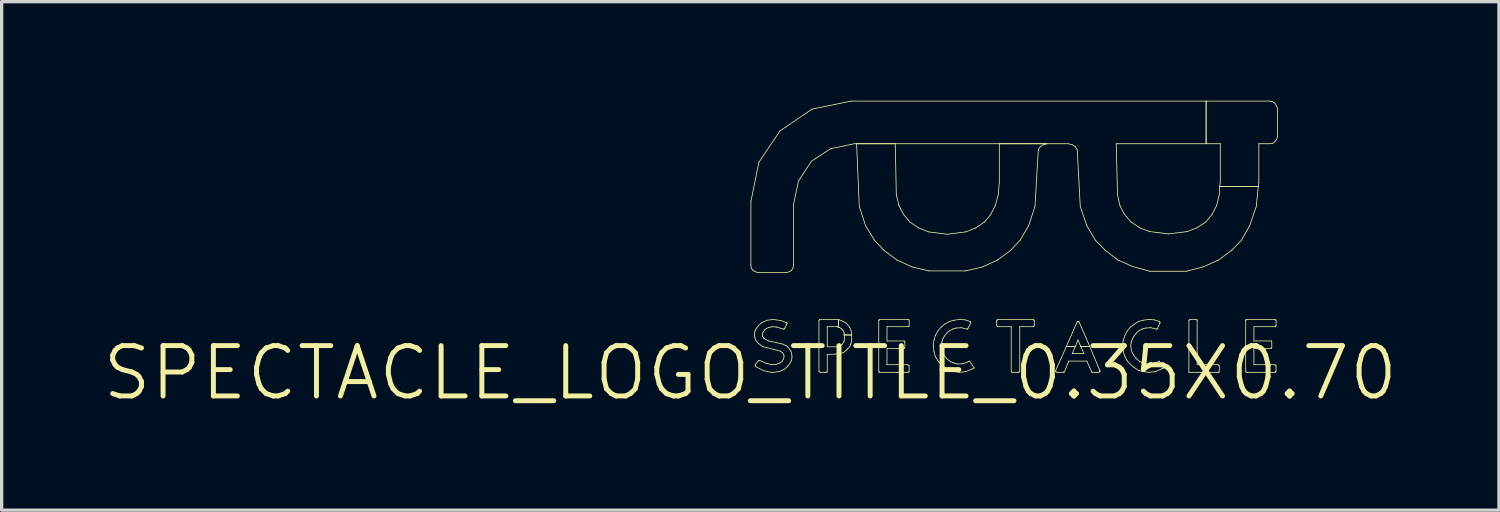
<source format=kicad_pcb>
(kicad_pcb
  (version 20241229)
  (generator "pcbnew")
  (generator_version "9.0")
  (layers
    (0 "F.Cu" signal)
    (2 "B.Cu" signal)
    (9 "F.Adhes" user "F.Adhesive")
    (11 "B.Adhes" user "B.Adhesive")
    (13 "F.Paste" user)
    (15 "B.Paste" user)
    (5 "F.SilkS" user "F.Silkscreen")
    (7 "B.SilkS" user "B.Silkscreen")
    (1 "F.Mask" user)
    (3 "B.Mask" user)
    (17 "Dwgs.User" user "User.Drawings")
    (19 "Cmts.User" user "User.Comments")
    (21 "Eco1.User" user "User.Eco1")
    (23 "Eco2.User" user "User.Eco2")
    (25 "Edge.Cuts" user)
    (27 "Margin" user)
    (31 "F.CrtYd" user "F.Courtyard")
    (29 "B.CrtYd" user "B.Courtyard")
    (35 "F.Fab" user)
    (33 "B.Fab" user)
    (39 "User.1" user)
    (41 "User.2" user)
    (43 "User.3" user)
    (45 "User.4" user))
  (footprint "SPECTACLE_LOGO_TITLE_0.35X0.70"
    (layer "F.Cu")
    (at 19.667 8.241)
    (property "Reference" "SPECTACLE_LOGO_TITLE_0.35X0.70" (at 0 0 0) (layer "F.SilkS") (effects (font (size 1.524 1.524) (thickness 0.15))))
    (attr exclude_from_pos_files exclude_from_bom)
    (fp_line (start 0.018 -5.189) (end 0.018 -3.259) (stroke (width 0.023) (type solid)) (layer "F.SilkS"))
    (fp_line (start 0.018 -3.259) (end 0.028 -3.17) (stroke (width 0.023) (type solid)) (layer "F.SilkS"))
    (fp_line (start 0.028 -3.17) (end 0.079 -3.109) (stroke (width 0.023) (type solid)) (layer "F.SilkS"))
    (fp_line (start 0.079 -3.109) (end 0.14 -3.068) (stroke (width 0.023) (type solid)) (layer "F.SilkS"))
    (fp_line (start 0.13 -1.199) (end 0.13 -1.138) (stroke (width 0.023) (type solid)) (layer "F.SilkS"))
    (fp_line (start 0.13 -1.138) (end 0.14 -1.069) (stroke (width 0.023) (type solid)) (layer "F.SilkS"))
    (fp_line (start 0.14 -3.068) (end 0.229 -3.038) (stroke (width 0.023) (type solid)) (layer "F.SilkS"))
    (fp_line (start 0.14 -1.26) (end 0.13 -1.199) (stroke (width 0.023) (type solid)) (layer "F.SilkS"))
    (fp_line (start 0.14 -1.069) (end 0.157 -1.008) (stroke (width 0.023) (type solid)) (layer "F.SilkS"))
    (fp_line (start 0.15 -0.239) (end 0.15 -0.218) (stroke (width 0.023) (type solid)) (layer "F.SilkS"))
    (fp_line (start 0.15 -0.218) (end 0.157 -0.198) (stroke (width 0.023) (type solid)) (layer "F.SilkS"))
    (fp_line (start 0.157 -1.008) (end 0.198 -0.95) (stroke (width 0.023) (type solid)) (layer "F.SilkS"))
    (fp_line (start 0.157 -0.259) (end 0.15 -0.239) (stroke (width 0.023) (type solid)) (layer "F.SilkS"))
    (fp_line (start 0.157 -0.198) (end 0.168 -0.188) (stroke (width 0.023) (type solid)) (layer "F.SilkS"))
    (fp_line (start 0.168 -1.328) (end 0.14 -1.26) (stroke (width 0.023) (type solid)) (layer "F.SilkS"))
    (fp_line (start 0.168 -0.188) (end 0.399 -0.069) (stroke (width 0.023) (type solid)) (layer "F.SilkS"))
    (fp_line (start 0.198 -0.95) (end 0.249 -0.889) (stroke (width 0.023) (type solid)) (layer "F.SilkS"))
    (fp_line (start 0.229 -3.038) (end 1.1 -3.038) (stroke (width 0.023) (type solid)) (layer "F.SilkS"))
    (fp_line (start 0.249 -1.438) (end 0.168 -1.328) (stroke (width 0.023) (type solid)) (layer "F.SilkS"))
    (fp_line (start 0.249 -0.889) (end 0.378 -0.798) (stroke (width 0.023) (type solid)) (layer "F.SilkS"))
    (fp_line (start 0.249 -0.368) (end 0.157 -0.259) (stroke (width 0.023) (type solid)) (layer "F.SilkS"))
    (fp_line (start 0.259 -6.378) (end 0.018 -5.189) (stroke (width 0.023) (type solid)) (layer "F.SilkS"))
    (fp_line (start 0.259 -0.378) (end 0.249 -0.368) (stroke (width 0.023) (type solid)) (layer "F.SilkS"))
    (fp_line (start 0.29 -0.378) (end 0.259 -0.378) (stroke (width 0.023) (type solid)) (layer "F.SilkS"))
    (fp_line (start 0.358 -1.529) (end 0.249 -1.438) (stroke (width 0.023) (type solid)) (layer "F.SilkS"))
    (fp_line (start 0.368 -1.179) (end 0.389 -1.24) (stroke (width 0.023) (type solid)) (layer "F.SilkS"))
    (fp_line (start 0.368 -1.118) (end 0.368 -1.179) (stroke (width 0.023) (type solid)) (layer "F.SilkS"))
    (fp_line (start 0.378 -0.798) (end 0.909 -0.658) (stroke (width 0.023) (type solid)) (layer "F.SilkS"))
    (fp_line (start 0.389 -1.24) (end 0.429 -1.298) (stroke (width 0.023) (type solid)) (layer "F.SilkS"))
    (fp_line (start 0.399 -1.059) (end 0.368 -1.118) (stroke (width 0.023) (type solid)) (layer "F.SilkS"))
    (fp_line (start 0.399 -0.069) (end 0.63 -0.018) (stroke (width 0.023) (type solid)) (layer "F.SilkS"))
    (fp_line (start 0.429 -1.298) (end 0.488 -1.349) (stroke (width 0.023) (type solid)) (layer "F.SilkS"))
    (fp_line (start 0.47 -1.008) (end 0.399 -1.059) (stroke (width 0.023) (type solid)) (layer "F.SilkS"))
    (fp_line (start 0.478 -0.29) (end 0.29 -0.378) (stroke (width 0.023) (type solid)) (layer "F.SilkS"))
    (fp_line (start 0.488 -1.349) (end 0.549 -1.369) (stroke (width 0.023) (type solid)) (layer "F.SilkS"))
    (fp_line (start 0.518 -1.598) (end 0.358 -1.529) (stroke (width 0.023) (type solid)) (layer "F.SilkS"))
    (fp_line (start 0.549 -1.369) (end 0.668 -1.4) (stroke (width 0.023) (type solid)) (layer "F.SilkS"))
    (fp_line (start 0.559 -0.968) (end 0.47 -1.008) (stroke (width 0.023) (type solid)) (layer "F.SilkS"))
    (fp_line (start 0.63 -0.018) (end 0.688 -0.018) (stroke (width 0.023) (type solid)) (layer "F.SilkS"))
    (fp_line (start 0.648 -0.249) (end 0.478 -0.29) (stroke (width 0.023) (type solid)) (layer "F.SilkS"))
    (fp_line (start 0.668 -1.4) (end 0.798 -1.389) (stroke (width 0.023) (type solid)) (layer "F.SilkS"))
    (fp_line (start 0.688 -0.018) (end 0.869 -0.038) (stroke (width 0.023) (type solid)) (layer "F.SilkS"))
    (fp_line (start 0.699 -1.618) (end 0.518 -1.598) (stroke (width 0.023) (type solid)) (layer "F.SilkS"))
    (fp_line (start 0.78 -0.259) (end 0.648 -0.249) (stroke (width 0.023) (type solid)) (layer "F.SilkS"))
    (fp_line (start 0.798 -1.389) (end 0.998 -1.328) (stroke (width 0.023) (type solid)) (layer "F.SilkS"))
    (fp_line (start 0.838 -0.279) (end 0.78 -0.259) (stroke (width 0.023) (type solid)) (layer "F.SilkS"))
    (fp_line (start 0.869 -0.038) (end 1.029 -0.109) (stroke (width 0.023) (type solid)) (layer "F.SilkS"))
    (fp_line (start 0.899 -7.328) (end 0.259 -6.378) (stroke (width 0.023) (type solid)) (layer "F.SilkS"))
    (fp_line (start 0.899 -0.3) (end 0.838 -0.279) (stroke (width 0.023) (type solid)) (layer "F.SilkS"))
    (fp_line (start 0.909 -0.658) (end 0.978 -0.61) (stroke (width 0.023) (type solid)) (layer "F.SilkS"))
    (fp_line (start 0.919 -1.587) (end 0.699 -1.618) (stroke (width 0.023) (type solid)) (layer "F.SilkS"))
    (fp_line (start 0.958 -0.348) (end 0.899 -0.3) (stroke (width 0.023) (type solid)) (layer "F.SilkS"))
    (fp_line (start 0.978 -0.61) (end 1.019 -0.538) (stroke (width 0.023) (type solid)) (layer "F.SilkS"))
    (fp_line (start 0.998 -1.328) (end 1.019 -1.328) (stroke (width 0.023) (type solid)) (layer "F.SilkS"))
    (fp_line (start 0.998 -0.869) (end 0.559 -0.968) (stroke (width 0.023) (type solid)) (layer "F.SilkS"))
    (fp_line (start 0.998 -0.409) (end 0.958 -0.348) (stroke (width 0.023) (type solid)) (layer "F.SilkS"))
    (fp_line (start 1.019 -1.328) (end 1.039 -1.339) (stroke (width 0.023) (type solid)) (layer "F.SilkS"))
    (fp_line (start 1.019 -0.538) (end 1.019 -0.478) (stroke (width 0.023) (type solid)) (layer "F.SilkS"))
    (fp_line (start 1.019 -0.478) (end 0.998 -0.409) (stroke (width 0.023) (type solid)) (layer "F.SilkS"))
    (fp_line (start 1.029 -0.109) (end 1.138 -0.208) (stroke (width 0.023) (type solid)) (layer "F.SilkS"))
    (fp_line (start 1.039 -1.339) (end 1.049 -1.359) (stroke (width 0.023) (type solid)) (layer "F.SilkS"))
    (fp_line (start 1.049 -1.359) (end 1.1 -1.468) (stroke (width 0.023) (type solid)) (layer "F.SilkS"))
    (fp_line (start 1.079 -1.529) (end 0.919 -1.587) (stroke (width 0.023) (type solid)) (layer "F.SilkS"))
    (fp_line (start 1.079 -0.828) (end 0.998 -0.869) (stroke (width 0.023) (type solid)) (layer "F.SilkS"))
    (fp_line (start 1.1 -3.038) (end 1.189 -3.068) (stroke (width 0.023) (type solid)) (layer "F.SilkS"))
    (fp_line (start 1.1 -1.519) (end 1.079 -1.529) (stroke (width 0.023) (type solid)) (layer "F.SilkS"))
    (fp_line (start 1.1 -1.468) (end 1.11 -1.488) (stroke (width 0.023) (type solid)) (layer "F.SilkS"))
    (fp_line (start 1.11 -1.509) (end 1.1 -1.519) (stroke (width 0.023) (type solid)) (layer "F.SilkS"))
    (fp_line (start 1.11 -1.488) (end 1.11 -1.509) (stroke (width 0.023) (type solid)) (layer "F.SilkS"))
    (fp_line (start 1.138 -0.78) (end 1.079 -0.828) (stroke (width 0.023) (type solid)) (layer "F.SilkS"))
    (fp_line (start 1.138 -0.208) (end 1.219 -0.318) (stroke (width 0.023) (type solid)) (layer "F.SilkS"))
    (fp_line (start 1.189 -3.068) (end 1.25 -3.109) (stroke (width 0.023) (type solid)) (layer "F.SilkS"))
    (fp_line (start 1.189 -0.719) (end 1.138 -0.78) (stroke (width 0.023) (type solid)) (layer "F.SilkS"))
    (fp_line (start 1.219 -0.318) (end 1.25 -0.389) (stroke (width 0.023) (type solid)) (layer "F.SilkS"))
    (fp_line (start 1.229 -0.658) (end 1.189 -0.719) (stroke (width 0.023) (type solid)) (layer "F.SilkS"))
    (fp_line (start 1.25 -3.109) (end 1.288 -3.17) (stroke (width 0.023) (type solid)) (layer "F.SilkS"))
    (fp_line (start 1.25 -0.589) (end 1.229 -0.658) (stroke (width 0.023) (type solid)) (layer "F.SilkS"))
    (fp_line (start 1.25 -0.389) (end 1.26 -0.46) (stroke (width 0.023) (type solid)) (layer "F.SilkS"))
    (fp_line (start 1.26 -0.528) (end 1.25 -0.589) (stroke (width 0.023) (type solid)) (layer "F.SilkS"))
    (fp_line (start 1.26 -0.46) (end 1.26 -0.528) (stroke (width 0.023) (type solid)) (layer "F.SilkS"))
    (fp_line (start 1.288 -3.17) (end 1.308 -3.259) (stroke (width 0.023) (type solid)) (layer "F.SilkS"))
    (fp_line (start 1.308 -5.098) (end 1.458 -5.809) (stroke (width 0.023) (type solid)) (layer "F.SilkS"))
    (fp_line (start 1.308 -3.259) (end 1.308 -5.098) (stroke (width 0.023) (type solid)) (layer "F.SilkS"))
    (fp_line (start 1.458 -5.809) (end 1.849 -6.408) (stroke (width 0.023) (type solid)) (layer "F.SilkS"))
    (fp_line (start 1.849 -6.408) (end 2.428 -6.789) (stroke (width 0.023) (type solid)) (layer "F.SilkS"))
    (fp_line (start 1.869 -7.988) (end 0.899 -7.328) (stroke (width 0.023) (type solid)) (layer "F.SilkS"))
    (fp_line (start 2.078 -1.587) (end 2.078 -0.048) (stroke (width 0.023) (type solid)) (layer "F.SilkS"))
    (fp_line (start 2.078 -0.048) (end 2.098 -0.028) (stroke (width 0.023) (type solid)) (layer "F.SilkS"))
    (fp_line (start 2.098 -1.618) (end 2.098 -1.608) (stroke (width 0.023) (type solid)) (layer "F.SilkS"))
    (fp_line (start 2.098 -1.608) (end 2.078 -1.587) (stroke (width 0.023) (type solid)) (layer "F.SilkS"))
    (fp_line (start 2.098 -0.028) (end 2.129 -0.018) (stroke (width 0.023) (type solid)) (layer "F.SilkS"))
    (fp_line (start 2.129 -0.018) (end 2.289 -0.018) (stroke (width 0.023) (type solid)) (layer "F.SilkS"))
    (fp_line (start 2.289 -0.018) (end 2.309 -0.028) (stroke (width 0.023) (type solid)) (layer "F.SilkS"))
    (fp_line (start 2.309 -0.028) (end 2.329 -0.028) (stroke (width 0.023) (type solid)) (layer "F.SilkS"))
    (fp_line (start 2.329 -1.4) (end 2.629 -1.4) (stroke (width 0.023) (type solid)) (layer "F.SilkS"))
    (fp_line (start 2.329 -0.79) (end 2.329 -1.4) (stroke (width 0.023) (type solid)) (layer "F.SilkS"))
    (fp_line (start 2.329 -0.559) (end 2.69 -0.579) (stroke (width 0.023) (type solid)) (layer "F.SilkS"))
    (fp_line (start 2.329 -0.028) (end 2.329 -0.559) (stroke (width 0.023) (type solid)) (layer "F.SilkS"))
    (fp_line (start 2.428 -6.789) (end 3.15 -6.939) (stroke (width 0.023) (type solid)) (layer "F.SilkS"))
    (fp_line (start 2.548 -1.618) (end 2.098 -1.618) (stroke (width 0.023) (type solid)) (layer "F.SilkS"))
    (fp_line (start 2.629 -1.4) (end 2.67 -1.379) (stroke (width 0.023) (type solid)) (layer "F.SilkS"))
    (fp_line (start 2.629 -0.79) (end 2.329 -0.79) (stroke (width 0.023) (type solid)) (layer "F.SilkS"))
    (fp_line (start 2.67 -1.608) (end 2.548 -1.618) (stroke (width 0.023) (type solid)) (layer "F.SilkS"))
    (fp_line (start 2.67 -1.608) (end 2.67 -1.379) (stroke (width 0.023) (type solid)) (layer "F.SilkS"))
    (fp_line (start 2.67 -1.379) (end 2.67 -1.608) (stroke (width 0.023) (type solid)) (layer "F.SilkS"))
    (fp_line (start 2.67 -1.379) (end 2.69 -1.379) (stroke (width 0.023) (type solid)) (layer "F.SilkS"))
    (fp_line (start 2.69 -1.608) (end 2.67 -1.608) (stroke (width 0.023) (type solid)) (layer "F.SilkS"))
    (fp_line (start 2.69 -1.379) (end 2.748 -1.349) (stroke (width 0.023) (type solid)) (layer "F.SilkS"))
    (fp_line (start 2.69 -0.798) (end 2.629 -0.79) (stroke (width 0.023) (type solid)) (layer "F.SilkS"))
    (fp_line (start 2.69 -0.579) (end 2.809 -0.61) (stroke (width 0.023) (type solid)) (layer "F.SilkS"))
    (fp_line (start 2.748 -1.349) (end 2.779 -1.308) (stroke (width 0.023) (type solid)) (layer "F.SilkS"))
    (fp_line (start 2.748 -0.828) (end 2.69 -0.798) (stroke (width 0.023) (type solid)) (layer "F.SilkS"))
    (fp_line (start 2.779 -1.308) (end 2.83 -1.26) (stroke (width 0.023) (type solid)) (layer "F.SilkS"))
    (fp_line (start 2.779 -0.869) (end 2.748 -0.828) (stroke (width 0.023) (type solid)) (layer "F.SilkS"))
    (fp_line (start 2.809 -1.56) (end 2.69 -1.608) (stroke (width 0.023) (type solid)) (layer "F.SilkS"))
    (fp_line (start 2.809 -0.61) (end 2.888 -0.668) (stroke (width 0.023) (type solid)) (layer "F.SilkS"))
    (fp_line (start 2.83 -1.26) (end 2.84 -1.199) (stroke (width 0.023) (type solid)) (layer "F.SilkS"))
    (fp_line (start 2.83 -0.93) (end 2.779 -0.869) (stroke (width 0.023) (type solid)) (layer "F.SilkS"))
    (fp_line (start 2.84 -1.199) (end 2.84 -1.148) (stroke (width 0.023) (type solid)) (layer "F.SilkS"))
    (fp_line (start 2.84 -1.148) (end 2.857 -1.09) (stroke (width 0.023) (type solid)) (layer "F.SilkS"))
    (fp_line (start 2.84 -1.148) (end 3.068 -1.148) (stroke (width 0.023) (type solid)) (layer "F.SilkS"))
    (fp_line (start 2.84 -0.988) (end 2.83 -0.93) (stroke (width 0.023) (type solid)) (layer "F.SilkS"))
    (fp_line (start 2.857 -1.09) (end 2.84 -0.988) (stroke (width 0.023) (type solid)) (layer "F.SilkS"))
    (fp_line (start 2.888 -1.519) (end 2.809 -1.56) (stroke (width 0.023) (type solid)) (layer "F.SilkS"))
    (fp_line (start 2.888 -0.668) (end 2.949 -0.729) (stroke (width 0.023) (type solid)) (layer "F.SilkS"))
    (fp_line (start 2.949 -1.458) (end 2.888 -1.519) (stroke (width 0.023) (type solid)) (layer "F.SilkS"))
    (fp_line (start 2.949 -0.729) (end 3.01 -0.798) (stroke (width 0.023) (type solid)) (layer "F.SilkS"))
    (fp_line (start 3.01 -1.379) (end 2.949 -1.458) (stroke (width 0.023) (type solid)) (layer "F.SilkS"))
    (fp_line (start 3.01 -0.798) (end 3.048 -0.879) (stroke (width 0.023) (type solid)) (layer "F.SilkS"))
    (fp_line (start 3.048 -8.23) (end 1.869 -7.988) (stroke (width 0.023) (type solid)) (layer "F.SilkS"))
    (fp_line (start 3.048 -1.288) (end 3.01 -1.379) (stroke (width 0.023) (type solid)) (layer "F.SilkS"))
    (fp_line (start 3.048 -0.879) (end 3.068 -0.988) (stroke (width 0.023) (type solid)) (layer "F.SilkS"))
    (fp_line (start 3.068 -1.199) (end 3.048 -1.288) (stroke (width 0.023) (type solid)) (layer "F.SilkS"))
    (fp_line (start 3.068 -1.148) (end 2.84 -1.148) (stroke (width 0.023) (type solid)) (layer "F.SilkS"))
    (fp_line (start 3.068 -1.148) (end 3.068 -1.199) (stroke (width 0.023) (type solid)) (layer "F.SilkS"))
    (fp_line (start 3.068 -0.988) (end 3.068 -1.148) (stroke (width 0.023) (type solid)) (layer "F.SilkS"))
    (fp_line (start 3.15 -6.939) (end 9.629 -6.939) (stroke (width 0.023) (type solid)) (layer "F.SilkS"))
    (fp_line (start 3.218 -6.939) (end 3.299 -5.039) (stroke (width 0.023) (type solid)) (layer "F.SilkS"))
    (fp_line (start 3.299 -5.039) (end 3.49 -4.458) (stroke (width 0.023) (type solid)) (layer "F.SilkS"))
    (fp_line (start 3.49 -4.458) (end 3.759 -4.018) (stroke (width 0.023) (type solid)) (layer "F.SilkS"))
    (fp_line (start 3.759 -4.018) (end 4.049 -3.708) (stroke (width 0.023) (type solid)) (layer "F.SilkS"))
    (fp_line (start 3.889 -1.58) (end 3.889 -0.058) (stroke (width 0.023) (type solid)) (layer "F.SilkS"))
    (fp_line (start 3.889 -0.058) (end 3.899 -0.048) (stroke (width 0.023) (type solid)) (layer "F.SilkS"))
    (fp_line (start 3.899 -1.608) (end 3.899 -1.598) (stroke (width 0.023) (type solid)) (layer "F.SilkS"))
    (fp_line (start 3.899 -1.598) (end 3.889 -1.58) (stroke (width 0.023) (type solid)) (layer "F.SilkS"))
    (fp_line (start 3.899 -0.048) (end 3.899 -0.028) (stroke (width 0.023) (type solid)) (layer "F.SilkS"))
    (fp_line (start 3.899 -0.028) (end 3.919 -0.018) (stroke (width 0.023) (type solid)) (layer "F.SilkS"))
    (fp_line (start 3.919 -1.618) (end 3.899 -1.608) (stroke (width 0.023) (type solid)) (layer "F.SilkS"))
    (fp_line (start 3.919 -0.018) (end 4.778 -0.018) (stroke (width 0.023) (type solid)) (layer "F.SilkS"))
    (fp_line (start 4.049 -3.708) (end 4.44 -3.419) (stroke (width 0.023) (type solid)) (layer "F.SilkS"))
    (fp_line (start 4.138 -1.4) (end 4.778 -1.4) (stroke (width 0.023) (type solid)) (layer "F.SilkS"))
    (fp_line (start 4.138 -0.968) (end 4.138 -1.4) (stroke (width 0.023) (type solid)) (layer "F.SilkS"))
    (fp_line (start 4.138 -0.739) (end 4.638 -0.739) (stroke (width 0.023) (type solid)) (layer "F.SilkS"))
    (fp_line (start 4.138 -0.249) (end 4.138 -0.739) (stroke (width 0.023) (type solid)) (layer "F.SilkS"))
    (fp_line (start 4.389 -6.939) (end 3.218 -6.939) (stroke (width 0.023) (type solid)) (layer "F.SilkS"))
    (fp_line (start 4.42 -5.397) (end 4.389 -6.939) (stroke (width 0.023) (type solid)) (layer "F.SilkS"))
    (fp_line (start 4.44 -3.419) (end 4.9 -3.208) (stroke (width 0.023) (type solid)) (layer "F.SilkS"))
    (fp_line (start 4.498 -5.07) (end 4.42 -5.397) (stroke (width 0.023) (type solid)) (layer "F.SilkS"))
    (fp_line (start 4.638 -4.798) (end 4.498 -5.07) (stroke (width 0.023) (type solid)) (layer "F.SilkS"))
    (fp_line (start 4.638 -0.739) (end 4.658 -0.749) (stroke (width 0.023) (type solid)) (layer "F.SilkS"))
    (fp_line (start 4.658 -0.968) (end 4.138 -0.968) (stroke (width 0.023) (type solid)) (layer "F.SilkS"))
    (fp_line (start 4.658 -0.749) (end 4.669 -0.749) (stroke (width 0.023) (type solid)) (layer "F.SilkS"))
    (fp_line (start 4.669 -0.958) (end 4.658 -0.968) (stroke (width 0.023) (type solid)) (layer "F.SilkS"))
    (fp_line (start 4.669 -0.749) (end 4.679 -0.77) (stroke (width 0.023) (type solid)) (layer "F.SilkS"))
    (fp_line (start 4.679 -0.94) (end 4.669 -0.958) (stroke (width 0.023) (type solid)) (layer "F.SilkS"))
    (fp_line (start 4.679 -0.77) (end 4.679 -0.94) (stroke (width 0.023) (type solid)) (layer "F.SilkS"))
    (fp_line (start 4.768 -0.249) (end 4.138 -0.249) (stroke (width 0.023) (type solid)) (layer "F.SilkS"))
    (fp_line (start 4.778 -1.618) (end 3.919 -1.618) (stroke (width 0.023) (type solid)) (layer "F.SilkS"))
    (fp_line (start 4.778 -1.4) (end 4.798 -1.41) (stroke (width 0.023) (type solid)) (layer "F.SilkS"))
    (fp_line (start 4.778 -0.239) (end 4.768 -0.249) (stroke (width 0.023) (type solid)) (layer "F.SilkS"))
    (fp_line (start 4.778 -0.018) (end 4.798 -0.028) (stroke (width 0.023) (type solid)) (layer "F.SilkS"))
    (fp_line (start 4.798 -1.608) (end 4.778 -1.618) (stroke (width 0.023) (type solid)) (layer "F.SilkS"))
    (fp_line (start 4.798 -1.41) (end 4.808 -1.42) (stroke (width 0.023) (type solid)) (layer "F.SilkS"))
    (fp_line (start 4.798 -0.229) (end 4.778 -0.239) (stroke (width 0.023) (type solid)) (layer "F.SilkS"))
    (fp_line (start 4.798 -0.028) (end 4.808 -0.048) (stroke (width 0.023) (type solid)) (layer "F.SilkS"))
    (fp_line (start 4.808 -1.598) (end 4.798 -1.608) (stroke (width 0.023) (type solid)) (layer "F.SilkS"))
    (fp_line (start 4.808 -1.42) (end 4.808 -1.598) (stroke (width 0.023) (type solid)) (layer "F.SilkS"))
    (fp_line (start 4.808 -0.218) (end 4.798 -0.229) (stroke (width 0.023) (type solid)) (layer "F.SilkS"))
    (fp_line (start 4.808 -0.048) (end 4.808 -0.218) (stroke (width 0.023) (type solid)) (layer "F.SilkS"))
    (fp_line (start 4.829 -4.569) (end 4.638 -4.798) (stroke (width 0.023) (type solid)) (layer "F.SilkS"))
    (fp_line (start 4.9 -3.208) (end 5.408 -3.089) (stroke (width 0.023) (type solid)) (layer "F.SilkS"))
    (fp_line (start 5.098 -4.389) (end 4.829 -4.569) (stroke (width 0.023) (type solid)) (layer "F.SilkS"))
    (fp_line (start 5.397 -4.27) (end 5.098 -4.389) (stroke (width 0.023) (type solid)) (layer "F.SilkS"))
    (fp_line (start 5.408 -3.089) (end 6.518 -3.089) (stroke (width 0.023) (type solid)) (layer "F.SilkS"))
    (fp_line (start 5.54 -0.818) (end 5.558 -0.658) (stroke (width 0.023) (type solid)) (layer "F.SilkS"))
    (fp_line (start 5.558 -0.978) (end 5.54 -0.818) (stroke (width 0.023) (type solid)) (layer "F.SilkS"))
    (fp_line (start 5.558 -0.658) (end 5.598 -0.508) (stroke (width 0.023) (type solid)) (layer "F.SilkS"))
    (fp_line (start 5.598 -1.128) (end 5.558 -0.978) (stroke (width 0.023) (type solid)) (layer "F.SilkS"))
    (fp_line (start 5.598 -0.508) (end 5.679 -0.368) (stroke (width 0.023) (type solid)) (layer "F.SilkS"))
    (fp_line (start 5.679 -1.27) (end 5.598 -1.128) (stroke (width 0.023) (type solid)) (layer "F.SilkS"))
    (fp_line (start 5.679 -0.368) (end 5.779 -0.259) (stroke (width 0.023) (type solid)) (layer "F.SilkS"))
    (fp_line (start 5.779 -1.389) (end 5.679 -1.27) (stroke (width 0.023) (type solid)) (layer "F.SilkS"))
    (fp_line (start 5.779 -0.259) (end 5.888 -0.157) (stroke (width 0.023) (type solid)) (layer "F.SilkS"))
    (fp_line (start 5.789 -0.818) (end 5.799 -0.93) (stroke (width 0.023) (type solid)) (layer "F.SilkS"))
    (fp_line (start 5.799 -0.93) (end 5.829 -1.029) (stroke (width 0.023) (type solid)) (layer "F.SilkS"))
    (fp_line (start 5.809 -0.678) (end 5.789 -0.818) (stroke (width 0.023) (type solid)) (layer "F.SilkS"))
    (fp_line (start 5.829 -1.029) (end 5.878 -1.118) (stroke (width 0.023) (type solid)) (layer "F.SilkS"))
    (fp_line (start 5.86 -0.549) (end 5.809 -0.678) (stroke (width 0.023) (type solid)) (layer "F.SilkS"))
    (fp_line (start 5.878 -1.118) (end 5.949 -1.209) (stroke (width 0.023) (type solid)) (layer "F.SilkS"))
    (fp_line (start 5.888 -1.478) (end 5.779 -1.389) (stroke (width 0.023) (type solid)) (layer "F.SilkS"))
    (fp_line (start 5.888 -0.157) (end 6.03 -0.079) (stroke (width 0.023) (type solid)) (layer "F.SilkS"))
    (fp_line (start 5.949 -1.209) (end 6.038 -1.278) (stroke (width 0.023) (type solid)) (layer "F.SilkS"))
    (fp_line (start 5.949 -0.429) (end 5.86 -0.549) (stroke (width 0.023) (type solid)) (layer "F.SilkS"))
    (fp_line (start 5.969 -4.199) (end 5.397 -4.27) (stroke (width 0.023) (type solid)) (layer "F.SilkS"))
    (fp_line (start 6.03 -1.56) (end 5.888 -1.478) (stroke (width 0.023) (type solid)) (layer "F.SilkS"))
    (fp_line (start 6.03 -0.079) (end 6.18 -0.038) (stroke (width 0.023) (type solid)) (layer "F.SilkS"))
    (fp_line (start 6.038 -1.278) (end 6.129 -1.328) (stroke (width 0.023) (type solid)) (layer "F.SilkS"))
    (fp_line (start 6.068 -0.338) (end 5.949 -0.429) (stroke (width 0.023) (type solid)) (layer "F.SilkS"))
    (fp_line (start 6.129 -1.328) (end 6.228 -1.359) (stroke (width 0.023) (type solid)) (layer "F.SilkS"))
    (fp_line (start 6.17 -0.3) (end 6.068 -0.338) (stroke (width 0.023) (type solid)) (layer "F.SilkS"))
    (fp_line (start 6.18 -1.598) (end 6.03 -1.56) (stroke (width 0.023) (type solid)) (layer "F.SilkS"))
    (fp_line (start 6.18 -0.038) (end 6.34 -0.018) (stroke (width 0.023) (type solid)) (layer "F.SilkS"))
    (fp_line (start 6.228 -1.359) (end 6.388 -1.369) (stroke (width 0.023) (type solid)) (layer "F.SilkS"))
    (fp_line (start 6.269 -0.269) (end 6.17 -0.3) (stroke (width 0.023) (type solid)) (layer "F.SilkS"))
    (fp_line (start 6.34 -1.618) (end 6.18 -1.598) (stroke (width 0.023) (type solid)) (layer "F.SilkS"))
    (fp_line (start 6.34 -0.018) (end 6.518 -0.038) (stroke (width 0.023) (type solid)) (layer "F.SilkS"))
    (fp_line (start 6.388 -1.369) (end 6.558 -1.328) (stroke (width 0.023) (type solid)) (layer "F.SilkS"))
    (fp_line (start 6.429 -0.279) (end 6.269 -0.269) (stroke (width 0.023) (type solid)) (layer "F.SilkS"))
    (fp_line (start 6.5 -1.608) (end 6.34 -1.618) (stroke (width 0.023) (type solid)) (layer "F.SilkS"))
    (fp_line (start 6.518 -4.27) (end 5.969 -4.199) (stroke (width 0.023) (type solid)) (layer "F.SilkS"))
    (fp_line (start 6.518 -3.089) (end 7.028 -3.208) (stroke (width 0.023) (type solid)) (layer "F.SilkS"))
    (fp_line (start 6.518 -0.038) (end 6.739 -0.13) (stroke (width 0.023) (type solid)) (layer "F.SilkS"))
    (fp_line (start 6.558 -1.328) (end 6.568 -1.328) (stroke (width 0.023) (type solid)) (layer "F.SilkS"))
    (fp_line (start 6.568 -1.328) (end 6.589 -1.339) (stroke (width 0.023) (type solid)) (layer "F.SilkS"))
    (fp_line (start 6.579 -0.328) (end 6.429 -0.279) (stroke (width 0.023) (type solid)) (layer "F.SilkS"))
    (fp_line (start 6.589 -1.349) (end 6.668 -1.499) (stroke (width 0.023) (type solid)) (layer "F.SilkS"))
    (fp_line (start 6.589 -1.339) (end 6.589 -1.349) (stroke (width 0.023) (type solid)) (layer "F.SilkS"))
    (fp_line (start 6.64 -0.358) (end 6.579 -0.328) (stroke (width 0.023) (type solid)) (layer "F.SilkS"))
    (fp_line (start 6.65 -1.56) (end 6.5 -1.608) (stroke (width 0.023) (type solid)) (layer "F.SilkS"))
    (fp_line (start 6.66 -1.549) (end 6.65 -1.56) (stroke (width 0.023) (type solid)) (layer "F.SilkS"))
    (fp_line (start 6.668 -1.539) (end 6.66 -1.549) (stroke (width 0.023) (type solid)) (layer "F.SilkS"))
    (fp_line (start 6.668 -1.499) (end 6.668 -1.539) (stroke (width 0.023) (type solid)) (layer "F.SilkS"))
    (fp_line (start 6.739 -0.13) (end 6.779 -0.15) (stroke (width 0.023) (type solid)) (layer "F.SilkS"))
    (fp_line (start 6.779 -0.15) (end 6.64 -0.358) (stroke (width 0.023) (type solid)) (layer "F.SilkS"))
    (fp_line (start 6.82 -4.389) (end 6.518 -4.27) (stroke (width 0.023) (type solid)) (layer "F.SilkS"))
    (fp_line (start 7.028 -3.208) (end 7.488 -3.419) (stroke (width 0.023) (type solid)) (layer "F.SilkS"))
    (fp_line (start 7.089 -4.569) (end 6.82 -4.389) (stroke (width 0.023) (type solid)) (layer "F.SilkS"))
    (fp_line (start 7.28 -4.798) (end 7.089 -4.569) (stroke (width 0.023) (type solid)) (layer "F.SilkS"))
    (fp_line (start 7.419 -5.07) (end 7.28 -4.798) (stroke (width 0.023) (type solid)) (layer "F.SilkS"))
    (fp_line (start 7.46 -1.58) (end 7.46 -1.438) (stroke (width 0.023) (type solid)) (layer "F.SilkS"))
    (fp_line (start 7.46 -1.438) (end 7.468 -1.42) (stroke (width 0.023) (type solid)) (layer "F.SilkS"))
    (fp_line (start 7.468 -1.598) (end 7.46 -1.58) (stroke (width 0.023) (type solid)) (layer "F.SilkS"))
    (fp_line (start 7.468 -1.42) (end 7.478 -1.41) (stroke (width 0.023) (type solid)) (layer "F.SilkS"))
    (fp_line (start 7.478 -1.608) (end 7.468 -1.598) (stroke (width 0.023) (type solid)) (layer "F.SilkS"))
    (fp_line (start 7.478 -1.41) (end 7.488 -1.4) (stroke (width 0.023) (type solid)) (layer "F.SilkS"))
    (fp_line (start 7.488 -3.419) (end 7.879 -3.708) (stroke (width 0.023) (type solid)) (layer "F.SilkS"))
    (fp_line (start 7.488 -1.618) (end 7.478 -1.608) (stroke (width 0.023) (type solid)) (layer "F.SilkS"))
    (fp_line (start 7.488 -1.4) (end 7.899 -1.4) (stroke (width 0.023) (type solid)) (layer "F.SilkS"))
    (fp_line (start 7.508 -5.397) (end 7.419 -5.07) (stroke (width 0.023) (type solid)) (layer "F.SilkS"))
    (fp_line (start 7.539 -6.939) (end 7.539 -5.779) (stroke (width 0.023) (type solid)) (layer "F.SilkS"))
    (fp_line (start 7.539 -5.779) (end 7.508 -5.397) (stroke (width 0.023) (type solid)) (layer "F.SilkS"))
    (fp_line (start 7.879 -3.708) (end 8.169 -4.018) (stroke (width 0.023) (type solid)) (layer "F.SilkS"))
    (fp_line (start 7.899 -1.4) (end 7.899 -0.058) (stroke (width 0.023) (type solid)) (layer "F.SilkS"))
    (fp_line (start 7.899 -0.058) (end 7.91 -0.048) (stroke (width 0.023) (type solid)) (layer "F.SilkS"))
    (fp_line (start 7.91 -0.048) (end 7.91 -0.028) (stroke (width 0.023) (type solid)) (layer "F.SilkS"))
    (fp_line (start 7.91 -0.028) (end 7.93 -0.018) (stroke (width 0.023) (type solid)) (layer "F.SilkS"))
    (fp_line (start 7.93 -0.018) (end 8.128 -0.018) (stroke (width 0.023) (type solid)) (layer "F.SilkS"))
    (fp_line (start 8.128 -0.018) (end 8.138 -0.028) (stroke (width 0.023) (type solid)) (layer "F.SilkS"))
    (fp_line (start 8.138 -0.028) (end 8.148 -0.048) (stroke (width 0.023) (type solid)) (layer "F.SilkS"))
    (fp_line (start 8.148 -0.048) (end 8.158 -0.058) (stroke (width 0.023) (type solid)) (layer "F.SilkS"))
    (fp_line (start 8.158 -1.4) (end 8.57 -1.4) (stroke (width 0.023) (type solid)) (layer "F.SilkS"))
    (fp_line (start 8.158 -0.058) (end 8.158 -1.4) (stroke (width 0.023) (type solid)) (layer "F.SilkS"))
    (fp_line (start 8.169 -4.018) (end 8.428 -4.458) (stroke (width 0.023) (type solid)) (layer "F.SilkS"))
    (fp_line (start 8.428 -4.458) (end 8.618 -5.039) (stroke (width 0.023) (type solid)) (layer "F.SilkS"))
    (fp_line (start 8.57 -1.618) (end 7.488 -1.618) (stroke (width 0.023) (type solid)) (layer "F.SilkS"))
    (fp_line (start 8.57 -1.4) (end 8.578 -1.41) (stroke (width 0.023) (type solid)) (layer "F.SilkS"))
    (fp_line (start 8.578 -1.608) (end 8.57 -1.618) (stroke (width 0.023) (type solid)) (layer "F.SilkS"))
    (fp_line (start 8.578 -1.41) (end 8.588 -1.42) (stroke (width 0.023) (type solid)) (layer "F.SilkS"))
    (fp_line (start 8.588 -1.598) (end 8.578 -1.608) (stroke (width 0.023) (type solid)) (layer "F.SilkS"))
    (fp_line (start 8.588 -1.42) (end 8.598 -1.438) (stroke (width 0.023) (type solid)) (layer "F.SilkS"))
    (fp_line (start 8.598 -1.58) (end 8.588 -1.598) (stroke (width 0.023) (type solid)) (layer "F.SilkS"))
    (fp_line (start 8.598 -1.438) (end 8.598 -1.58) (stroke (width 0.023) (type solid)) (layer "F.SilkS"))
    (fp_line (start 8.618 -5.039) (end 8.72 -6.759) (stroke (width 0.023) (type solid)) (layer "F.SilkS"))
    (fp_line (start 8.72 -6.759) (end 8.778 -6.848) (stroke (width 0.023) (type solid)) (layer "F.SilkS"))
    (fp_line (start 8.778 -6.848) (end 8.87 -6.909) (stroke (width 0.023) (type solid)) (layer "F.SilkS"))
    (fp_line (start 8.87 -6.909) (end 8.979 -6.939) (stroke (width 0.023) (type solid)) (layer "F.SilkS"))
    (fp_line (start 8.979 -6.939) (end 7.539 -6.939) (stroke (width 0.023) (type solid)) (layer "F.SilkS"))
    (fp_line (start 9.248 -0.079) (end 9.248 -0.048) (stroke (width 0.023) (type solid)) (layer "F.SilkS"))
    (fp_line (start 9.248 -0.048) (end 9.258 -0.028) (stroke (width 0.023) (type solid)) (layer "F.SilkS"))
    (fp_line (start 9.258 -0.028) (end 9.289 -0.018) (stroke (width 0.023) (type solid)) (layer "F.SilkS"))
    (fp_line (start 9.289 -0.018) (end 9.489 -0.018) (stroke (width 0.023) (type solid)) (layer "F.SilkS"))
    (fp_line (start 9.489 -0.028) (end 9.51 -0.028) (stroke (width 0.023) (type solid)) (layer "F.SilkS"))
    (fp_line (start 9.489 -0.018) (end 9.489 -0.028) (stroke (width 0.023) (type solid)) (layer "F.SilkS"))
    (fp_line (start 9.51 -0.028) (end 9.639 -0.358) (stroke (width 0.023) (type solid)) (layer "F.SilkS"))
    (fp_line (start 9.568 -0.798) (end 9.248 -0.079) (stroke (width 0.023) (type solid)) (layer "F.SilkS"))
    (fp_line (start 9.568 -0.798) (end 9.84 -0.798) (stroke (width 0.023) (type solid)) (layer "F.SilkS"))
    (fp_line (start 9.629 -6.939) (end 9.749 -6.909) (stroke (width 0.023) (type solid)) (layer "F.SilkS"))
    (fp_line (start 9.639 -0.358) (end 10.188 -0.358) (stroke (width 0.023) (type solid)) (layer "F.SilkS"))
    (fp_line (start 9.749 -6.909) (end 9.84 -6.848) (stroke (width 0.023) (type solid)) (layer "F.SilkS"))
    (fp_line (start 9.749 -0.589) (end 9.84 -0.798) (stroke (width 0.023) (type solid)) (layer "F.SilkS"))
    (fp_line (start 9.84 -6.848) (end 9.898 -6.759) (stroke (width 0.023) (type solid)) (layer "F.SilkS"))
    (fp_line (start 9.84 -0.798) (end 9.568 -0.798) (stroke (width 0.023) (type solid)) (layer "F.SilkS"))
    (fp_line (start 9.84 -0.798) (end 9.919 -0.998) (stroke (width 0.023) (type solid)) (layer "F.SilkS"))
    (fp_line (start 9.888 -1.529) (end 9.568 -0.798) (stroke (width 0.023) (type solid)) (layer "F.SilkS"))
    (fp_line (start 9.898 -6.759) (end 9.99 -5.039) (stroke (width 0.023) (type solid)) (layer "F.SilkS"))
    (fp_line (start 9.898 -1.549) (end 9.888 -1.529) (stroke (width 0.023) (type solid)) (layer "F.SilkS"))
    (fp_line (start 9.919 -1.56) (end 9.898 -1.549) (stroke (width 0.023) (type solid)) (layer "F.SilkS"))
    (fp_line (start 9.919 -0.998) (end 10.008 -0.798) (stroke (width 0.023) (type solid)) (layer "F.SilkS"))
    (fp_line (start 9.949 -1.549) (end 9.919 -1.56) (stroke (width 0.023) (type solid)) (layer "F.SilkS"))
    (fp_line (start 9.959 -1.529) (end 9.949 -1.549) (stroke (width 0.023) (type solid)) (layer "F.SilkS"))
    (fp_line (start 9.99 -5.039) (end 10.188 -4.458) (stroke (width 0.023) (type solid)) (layer "F.SilkS"))
    (fp_line (start 10.008 -0.798) (end 10.099 -0.589) (stroke (width 0.023) (type solid)) (layer "F.SilkS"))
    (fp_line (start 10.008 -0.798) (end 10.279 -0.798) (stroke (width 0.023) (type solid)) (layer "F.SilkS"))
    (fp_line (start 10.099 -0.589) (end 9.749 -0.589) (stroke (width 0.023) (type solid)) (layer "F.SilkS"))
    (fp_line (start 10.188 -4.458) (end 10.45 -4.018) (stroke (width 0.023) (type solid)) (layer "F.SilkS"))
    (fp_line (start 10.188 -0.358) (end 10.338 -0.028) (stroke (width 0.023) (type solid)) (layer "F.SilkS"))
    (fp_line (start 10.279 -0.798) (end 9.959 -1.529) (stroke (width 0.023) (type solid)) (layer "F.SilkS"))
    (fp_line (start 10.279 -0.798) (end 10.008 -0.798) (stroke (width 0.023) (type solid)) (layer "F.SilkS"))
    (fp_line (start 10.338 -0.028) (end 10.358 -0.018) (stroke (width 0.023) (type solid)) (layer "F.SilkS"))
    (fp_line (start 10.358 -0.018) (end 10.549 -0.018) (stroke (width 0.023) (type solid)) (layer "F.SilkS"))
    (fp_line (start 10.45 -4.018) (end 10.739 -3.719) (stroke (width 0.023) (type solid)) (layer "F.SilkS"))
    (fp_line (start 10.549 -0.018) (end 10.569 -0.028) (stroke (width 0.023) (type solid)) (layer "F.SilkS"))
    (fp_line (start 10.569 -0.028) (end 10.579 -0.048) (stroke (width 0.023) (type solid)) (layer "F.SilkS"))
    (fp_line (start 10.579 -0.079) (end 10.279 -0.798) (stroke (width 0.023) (type solid)) (layer "F.SilkS"))
    (fp_line (start 10.579 -0.048) (end 10.599 -0.058) (stroke (width 0.023) (type solid)) (layer "F.SilkS"))
    (fp_line (start 10.599 -0.058) (end 10.579 -0.079) (stroke (width 0.023) (type solid)) (layer "F.SilkS"))
    (fp_line (start 10.739 -3.719) (end 11.128 -3.419) (stroke (width 0.023) (type solid)) (layer "F.SilkS"))
    (fp_line (start 11.079 -6.939) (end 13.8 -6.939) (stroke (width 0.023) (type solid)) (layer "F.SilkS"))
    (fp_line (start 11.118 -5.397) (end 11.079 -6.939) (stroke (width 0.023) (type solid)) (layer "F.SilkS"))
    (fp_line (start 11.128 -3.419) (end 11.587 -3.218) (stroke (width 0.023) (type solid)) (layer "F.SilkS"))
    (fp_line (start 11.189 -5.07) (end 11.118 -5.397) (stroke (width 0.023) (type solid)) (layer "F.SilkS"))
    (fp_line (start 11.27 -0.818) (end 11.288 -0.658) (stroke (width 0.023) (type solid)) (layer "F.SilkS"))
    (fp_line (start 11.288 -0.978) (end 11.27 -0.818) (stroke (width 0.023) (type solid)) (layer "F.SilkS"))
    (fp_line (start 11.288 -0.658) (end 11.339 -0.508) (stroke (width 0.023) (type solid)) (layer "F.SilkS"))
    (fp_line (start 11.328 -4.798) (end 11.189 -5.07) (stroke (width 0.023) (type solid)) (layer "F.SilkS"))
    (fp_line (start 11.339 -1.128) (end 11.288 -0.978) (stroke (width 0.023) (type solid)) (layer "F.SilkS"))
    (fp_line (start 11.339 -0.508) (end 11.41 -0.368) (stroke (width 0.023) (type solid)) (layer "F.SilkS"))
    (fp_line (start 11.41 -1.27) (end 11.339 -1.128) (stroke (width 0.023) (type solid)) (layer "F.SilkS"))
    (fp_line (start 11.41 -0.368) (end 11.509 -0.259) (stroke (width 0.023) (type solid)) (layer "F.SilkS"))
    (fp_line (start 11.509 -1.389) (end 11.41 -1.27) (stroke (width 0.023) (type solid)) (layer "F.SilkS"))
    (fp_line (start 11.509 -0.259) (end 11.628 -0.157) (stroke (width 0.023) (type solid)) (layer "F.SilkS"))
    (fp_line (start 11.519 -0.818) (end 11.529 -0.93) (stroke (width 0.023) (type solid)) (layer "F.SilkS"))
    (fp_line (start 11.529 -4.569) (end 11.328 -4.798) (stroke (width 0.023) (type solid)) (layer "F.SilkS"))
    (fp_line (start 11.529 -0.93) (end 11.57 -1.029) (stroke (width 0.023) (type solid)) (layer "F.SilkS"))
    (fp_line (start 11.539 -0.678) (end 11.519 -0.818) (stroke (width 0.023) (type solid)) (layer "F.SilkS"))
    (fp_line (start 11.57 -1.029) (end 11.618 -1.118) (stroke (width 0.023) (type solid)) (layer "F.SilkS"))
    (fp_line (start 11.587 -3.218) (end 12.098 -3.078) (stroke (width 0.023) (type solid)) (layer "F.SilkS"))
    (fp_line (start 11.598 -0.549) (end 11.539 -0.678) (stroke (width 0.023) (type solid)) (layer "F.SilkS"))
    (fp_line (start 11.618 -1.118) (end 11.689 -1.209) (stroke (width 0.023) (type solid)) (layer "F.SilkS"))
    (fp_line (start 11.628 -1.478) (end 11.509 -1.389) (stroke (width 0.023) (type solid)) (layer "F.SilkS"))
    (fp_line (start 11.628 -0.157) (end 11.758 -0.079) (stroke (width 0.023) (type solid)) (layer "F.SilkS"))
    (fp_line (start 11.689 -1.209) (end 11.768 -1.278) (stroke (width 0.023) (type solid)) (layer "F.SilkS"))
    (fp_line (start 11.689 -0.429) (end 11.598 -0.549) (stroke (width 0.023) (type solid)) (layer "F.SilkS"))
    (fp_line (start 11.758 -1.56) (end 11.628 -1.478) (stroke (width 0.023) (type solid)) (layer "F.SilkS"))
    (fp_line (start 11.758 -0.079) (end 11.908 -0.038) (stroke (width 0.023) (type solid)) (layer "F.SilkS"))
    (fp_line (start 11.768 -1.278) (end 11.859 -1.328) (stroke (width 0.023) (type solid)) (layer "F.SilkS"))
    (fp_line (start 11.798 -4.389) (end 11.529 -4.569) (stroke (width 0.023) (type solid)) (layer "F.SilkS"))
    (fp_line (start 11.798 -0.338) (end 11.689 -0.429) (stroke (width 0.023) (type solid)) (layer "F.SilkS"))
    (fp_line (start 11.859 -1.328) (end 11.968 -1.359) (stroke (width 0.023) (type solid)) (layer "F.SilkS"))
    (fp_line (start 11.9 -0.3) (end 11.798 -0.338) (stroke (width 0.023) (type solid)) (layer "F.SilkS"))
    (fp_line (start 11.908 -1.598) (end 11.758 -1.56) (stroke (width 0.023) (type solid)) (layer "F.SilkS"))
    (fp_line (start 11.908 -0.038) (end 12.068 -0.018) (stroke (width 0.023) (type solid)) (layer "F.SilkS"))
    (fp_line (start 11.968 -1.359) (end 12.129 -1.369) (stroke (width 0.023) (type solid)) (layer "F.SilkS"))
    (fp_line (start 11.999 -0.269) (end 11.9 -0.3) (stroke (width 0.023) (type solid)) (layer "F.SilkS"))
    (fp_line (start 12.068 -1.618) (end 11.908 -1.598) (stroke (width 0.023) (type solid)) (layer "F.SilkS"))
    (fp_line (start 12.068 -0.018) (end 12.258 -0.038) (stroke (width 0.023) (type solid)) (layer "F.SilkS"))
    (fp_line (start 12.088 -4.28) (end 11.798 -4.389) (stroke (width 0.023) (type solid)) (layer "F.SilkS"))
    (fp_line (start 12.098 -3.078) (end 13.208 -3.078) (stroke (width 0.023) (type solid)) (layer "F.SilkS"))
    (fp_line (start 12.129 -1.369) (end 12.289 -1.328) (stroke (width 0.023) (type solid)) (layer "F.SilkS"))
    (fp_line (start 12.169 -0.279) (end 11.999 -0.269) (stroke (width 0.023) (type solid)) (layer "F.SilkS"))
    (fp_line (start 12.228 -1.608) (end 12.068 -1.618) (stroke (width 0.023) (type solid)) (layer "F.SilkS"))
    (fp_line (start 12.258 -0.038) (end 12.469 -0.13) (stroke (width 0.023) (type solid)) (layer "F.SilkS"))
    (fp_line (start 12.289 -1.328) (end 12.309 -1.328) (stroke (width 0.023) (type solid)) (layer "F.SilkS"))
    (fp_line (start 12.309 -1.328) (end 12.319 -1.339) (stroke (width 0.023) (type solid)) (layer "F.SilkS"))
    (fp_line (start 12.319 -1.339) (end 12.329 -1.349) (stroke (width 0.023) (type solid)) (layer "F.SilkS"))
    (fp_line (start 12.319 -0.328) (end 12.169 -0.279) (stroke (width 0.023) (type solid)) (layer "F.SilkS"))
    (fp_line (start 12.329 -1.349) (end 12.398 -1.499) (stroke (width 0.023) (type solid)) (layer "F.SilkS"))
    (fp_line (start 12.38 -1.56) (end 12.228 -1.608) (stroke (width 0.023) (type solid)) (layer "F.SilkS"))
    (fp_line (start 12.38 -0.358) (end 12.319 -0.328) (stroke (width 0.023) (type solid)) (layer "F.SilkS"))
    (fp_line (start 12.388 -1.549) (end 12.38 -1.56) (stroke (width 0.023) (type solid)) (layer "F.SilkS"))
    (fp_line (start 12.398 -1.539) (end 12.388 -1.549) (stroke (width 0.023) (type solid)) (layer "F.SilkS"))
    (fp_line (start 12.398 -1.499) (end 12.408 -1.519) (stroke (width 0.023) (type solid)) (layer "F.SilkS"))
    (fp_line (start 12.408 -1.519) (end 12.398 -1.539) (stroke (width 0.023) (type solid)) (layer "F.SilkS"))
    (fp_line (start 12.469 -0.13) (end 12.52 -0.15) (stroke (width 0.023) (type solid)) (layer "F.SilkS"))
    (fp_line (start 12.52 -0.15) (end 12.38 -0.358) (stroke (width 0.023) (type solid)) (layer "F.SilkS"))
    (fp_line (start 12.659 -4.209) (end 12.088 -4.28) (stroke (width 0.023) (type solid)) (layer "F.SilkS"))
    (fp_line (start 13.208 -3.078) (end 13.729 -3.218) (stroke (width 0.023) (type solid)) (layer "F.SilkS"))
    (fp_line (start 13.228 -4.28) (end 12.659 -4.209) (stroke (width 0.023) (type solid)) (layer "F.SilkS"))
    (fp_line (start 13.279 -1.58) (end 13.279 -0.018) (stroke (width 0.023) (type solid)) (layer "F.SilkS"))
    (fp_line (start 13.279 -0.018) (end 14.158 -0.018) (stroke (width 0.023) (type solid)) (layer "F.SilkS"))
    (fp_line (start 13.289 -1.598) (end 13.279 -1.58) (stroke (width 0.023) (type solid)) (layer "F.SilkS"))
    (fp_line (start 13.299 -1.608) (end 13.289 -1.598) (stroke (width 0.023) (type solid)) (layer "F.SilkS"))
    (fp_line (start 13.31 -1.618) (end 13.299 -1.608) (stroke (width 0.023) (type solid)) (layer "F.SilkS"))
    (fp_line (start 13.508 -4.389) (end 13.228 -4.28) (stroke (width 0.023) (type solid)) (layer "F.SilkS"))
    (fp_line (start 13.508 -1.618) (end 13.31 -1.618) (stroke (width 0.023) (type solid)) (layer "F.SilkS"))
    (fp_line (start 13.518 -1.608) (end 13.508 -1.618) (stroke (width 0.023) (type solid)) (layer "F.SilkS"))
    (fp_line (start 13.528 -1.598) (end 13.518 -1.608) (stroke (width 0.023) (type solid)) (layer "F.SilkS"))
    (fp_line (start 13.528 -0.249) (end 13.528 -1.598) (stroke (width 0.023) (type solid)) (layer "F.SilkS"))
    (fp_line (start 13.729 -3.218) (end 14.178 -3.419) (stroke (width 0.023) (type solid)) (layer "F.SilkS"))
    (fp_line (start 13.79 -4.569) (end 13.508 -4.389) (stroke (width 0.023) (type solid)) (layer "F.SilkS"))
    (fp_line (start 13.8 -8.23) (end 3.048 -8.23) (stroke (width 0.023) (type solid)) (layer "F.SilkS"))
    (fp_line (start 13.8 -8.23) (end 13.8 -6.939) (stroke (width 0.023) (type solid)) (layer "F.SilkS"))
    (fp_line (start 13.8 -6.939) (end 13.8 -8.23) (stroke (width 0.023) (type solid)) (layer "F.SilkS"))
    (fp_line (start 13.8 -6.939) (end 14.229 -6.939) (stroke (width 0.023) (type solid)) (layer "F.SilkS"))
    (fp_line (start 13.978 -4.798) (end 13.79 -4.569) (stroke (width 0.023) (type solid)) (layer "F.SilkS"))
    (fp_line (start 14.12 -5.07) (end 13.978 -4.798) (stroke (width 0.023) (type solid)) (layer "F.SilkS"))
    (fp_line (start 14.158 -0.249) (end 13.528 -0.249) (stroke (width 0.023) (type solid)) (layer "F.SilkS"))
    (fp_line (start 14.158 -0.018) (end 14.178 -0.018) (stroke (width 0.023) (type solid)) (layer "F.SilkS"))
    (fp_line (start 14.178 -3.419) (end 14.58 -3.719) (stroke (width 0.023) (type solid)) (layer "F.SilkS"))
    (fp_line (start 14.178 -0.239) (end 14.158 -0.249) (stroke (width 0.023) (type solid)) (layer "F.SilkS"))
    (fp_line (start 14.178 -0.018) (end 14.188 -0.028) (stroke (width 0.023) (type solid)) (layer "F.SilkS"))
    (fp_line (start 14.188 -0.229) (end 14.178 -0.239) (stroke (width 0.023) (type solid)) (layer "F.SilkS"))
    (fp_line (start 14.188 -0.028) (end 14.199 -0.048) (stroke (width 0.023) (type solid)) (layer "F.SilkS"))
    (fp_line (start 14.199 -5.397) (end 14.12 -5.07) (stroke (width 0.023) (type solid)) (layer "F.SilkS"))
    (fp_line (start 14.199 -0.218) (end 14.188 -0.229) (stroke (width 0.023) (type solid)) (layer "F.SilkS"))
    (fp_line (start 14.199 -0.048) (end 14.199 -0.218) (stroke (width 0.023) (type solid)) (layer "F.SilkS"))
    (fp_line (start 14.209 -5.649) (end 14.199 -5.397) (stroke (width 0.023) (type solid)) (layer "F.SilkS"))
    (fp_line (start 14.209 -5.649) (end 15.38 -5.649) (stroke (width 0.023) (type solid)) (layer "F.SilkS"))
    (fp_line (start 14.229 -6.939) (end 14.229 -5.768) (stroke (width 0.023) (type solid)) (layer "F.SilkS"))
    (fp_line (start 14.229 -5.768) (end 14.209 -5.649) (stroke (width 0.023) (type solid)) (layer "F.SilkS"))
    (fp_line (start 14.58 -3.719) (end 14.869 -4.018) (stroke (width 0.023) (type solid)) (layer "F.SilkS"))
    (fp_line (start 14.869 -4.018) (end 15.118 -4.458) (stroke (width 0.023) (type solid)) (layer "F.SilkS"))
    (fp_line (start 14.999 -1.598) (end 14.999 -1.58) (stroke (width 0.023) (type solid)) (layer "F.SilkS"))
    (fp_line (start 14.999 -1.58) (end 14.999 -0.048) (stroke (width 0.023) (type solid)) (layer "F.SilkS"))
    (fp_line (start 14.999 -0.048) (end 15.009 -0.028) (stroke (width 0.023) (type solid)) (layer "F.SilkS"))
    (fp_line (start 15.009 -1.608) (end 14.999 -1.598) (stroke (width 0.023) (type solid)) (layer "F.SilkS"))
    (fp_line (start 15.009 -0.028) (end 15.029 -0.018) (stroke (width 0.023) (type solid)) (layer "F.SilkS"))
    (fp_line (start 15.029 -1.618) (end 15.009 -1.608) (stroke (width 0.023) (type solid)) (layer "F.SilkS"))
    (fp_line (start 15.029 -0.018) (end 15.888 -0.018) (stroke (width 0.023) (type solid)) (layer "F.SilkS"))
    (fp_line (start 15.118 -4.458) (end 15.319 -5.039) (stroke (width 0.023) (type solid)) (layer "F.SilkS"))
    (fp_line (start 15.248 -1.4) (end 15.888 -1.4) (stroke (width 0.023) (type solid)) (layer "F.SilkS"))
    (fp_line (start 15.248 -0.968) (end 15.248 -1.4) (stroke (width 0.023) (type solid)) (layer "F.SilkS"))
    (fp_line (start 15.248 -0.739) (end 15.748 -0.739) (stroke (width 0.023) (type solid)) (layer "F.SilkS"))
    (fp_line (start 15.248 -0.249) (end 15.248 -0.739) (stroke (width 0.023) (type solid)) (layer "F.SilkS"))
    (fp_line (start 15.319 -5.039) (end 15.38 -5.649) (stroke (width 0.023) (type solid)) (layer "F.SilkS"))
    (fp_line (start 15.38 -5.649) (end 14.209 -5.649) (stroke (width 0.023) (type solid)) (layer "F.SilkS"))
    (fp_line (start 15.38 -5.649) (end 15.397 -5.768) (stroke (width 0.023) (type solid)) (layer "F.SilkS"))
    (fp_line (start 15.397 -6.939) (end 15.728 -6.939) (stroke (width 0.023) (type solid)) (layer "F.SilkS"))
    (fp_line (start 15.397 -5.768) (end 15.397 -6.939) (stroke (width 0.023) (type solid)) (layer "F.SilkS"))
    (fp_line (start 15.728 -8.23) (end 13.8 -8.23) (stroke (width 0.023) (type solid)) (layer "F.SilkS"))
    (fp_line (start 15.728 -6.939) (end 15.819 -6.949) (stroke (width 0.023) (type solid)) (layer "F.SilkS"))
    (fp_line (start 15.748 -0.739) (end 15.768 -0.749) (stroke (width 0.023) (type solid)) (layer "F.SilkS"))
    (fp_line (start 15.768 -0.968) (end 15.248 -0.968) (stroke (width 0.023) (type solid)) (layer "F.SilkS"))
    (fp_line (start 15.768 -0.749) (end 15.778 -0.749) (stroke (width 0.023) (type solid)) (layer "F.SilkS"))
    (fp_line (start 15.778 -0.958) (end 15.768 -0.968) (stroke (width 0.023) (type solid)) (layer "F.SilkS"))
    (fp_line (start 15.778 -0.749) (end 15.789 -0.77) (stroke (width 0.023) (type solid)) (layer "F.SilkS"))
    (fp_line (start 15.789 -0.94) (end 15.778 -0.958) (stroke (width 0.023) (type solid)) (layer "F.SilkS"))
    (fp_line (start 15.789 -0.77) (end 15.789 -0.94) (stroke (width 0.023) (type solid)) (layer "F.SilkS"))
    (fp_line (start 15.819 -8.209) (end 15.728 -8.23) (stroke (width 0.023) (type solid)) (layer "F.SilkS"))
    (fp_line (start 15.819 -6.949) (end 15.878 -6.998) (stroke (width 0.023) (type solid)) (layer "F.SilkS"))
    (fp_line (start 15.878 -8.169) (end 15.819 -8.209) (stroke (width 0.023) (type solid)) (layer "F.SilkS"))
    (fp_line (start 15.878 -6.998) (end 15.928 -7.059) (stroke (width 0.023) (type solid)) (layer "F.SilkS"))
    (fp_line (start 15.878 -0.249) (end 15.248 -0.249) (stroke (width 0.023) (type solid)) (layer "F.SilkS"))
    (fp_line (start 15.888 -1.618) (end 15.029 -1.618) (stroke (width 0.023) (type solid)) (layer "F.SilkS"))
    (fp_line (start 15.888 -1.4) (end 15.908 -1.41) (stroke (width 0.023) (type solid)) (layer "F.SilkS"))
    (fp_line (start 15.888 -0.239) (end 15.878 -0.249) (stroke (width 0.023) (type solid)) (layer "F.SilkS"))
    (fp_line (start 15.888 -0.018) (end 15.908 -0.028) (stroke (width 0.023) (type solid)) (layer "F.SilkS"))
    (fp_line (start 15.908 -1.608) (end 15.888 -1.618) (stroke (width 0.023) (type solid)) (layer "F.SilkS"))
    (fp_line (start 15.908 -1.598) (end 15.908 -1.608) (stroke (width 0.023) (type solid)) (layer "F.SilkS"))
    (fp_line (start 15.908 -1.42) (end 15.918 -1.438) (stroke (width 0.023) (type solid)) (layer "F.SilkS"))
    (fp_line (start 15.908 -1.41) (end 15.908 -1.42) (stroke (width 0.023) (type solid)) (layer "F.SilkS"))
    (fp_line (start 15.908 -0.229) (end 15.888 -0.239) (stroke (width 0.023) (type solid)) (layer "F.SilkS"))
    (fp_line (start 15.908 -0.218) (end 15.908 -0.229) (stroke (width 0.023) (type solid)) (layer "F.SilkS"))
    (fp_line (start 15.908 -0.048) (end 15.918 -0.058) (stroke (width 0.023) (type solid)) (layer "F.SilkS"))
    (fp_line (start 15.908 -0.028) (end 15.908 -0.048) (stroke (width 0.023) (type solid)) (layer "F.SilkS"))
    (fp_line (start 15.918 -1.58) (end 15.908 -1.598) (stroke (width 0.023) (type solid)) (layer "F.SilkS"))
    (fp_line (start 15.918 -1.438) (end 15.918 -1.58) (stroke (width 0.023) (type solid)) (layer "F.SilkS"))
    (fp_line (start 15.918 -0.208) (end 15.908 -0.218) (stroke (width 0.023) (type solid)) (layer "F.SilkS"))
    (fp_line (start 15.918 -0.058) (end 15.918 -0.208) (stroke (width 0.023) (type solid)) (layer "F.SilkS"))
    (fp_line (start 15.928 -8.09) (end 15.878 -8.169) (stroke (width 0.023) (type solid)) (layer "F.SilkS"))
    (fp_line (start 15.928 -7.059) (end 15.959 -7.148) (stroke (width 0.023) (type solid)) (layer "F.SilkS"))
    (fp_line (start 15.959 -8.019) (end 15.928 -8.09) (stroke (width 0.023) (type solid)) (layer "F.SilkS"))
    (fp_line (start 15.959 -7.148) (end 15.959 -8.019) (stroke (width 0.023) (type solid)) (layer "F.SilkS")))
  (gr_rect
    (start -3 -3)
    (end 42.334 12.396)
    (stroke (width 0.1) (type default))
    (fill no)
    (layer "Edge.Cuts")))
</source>
